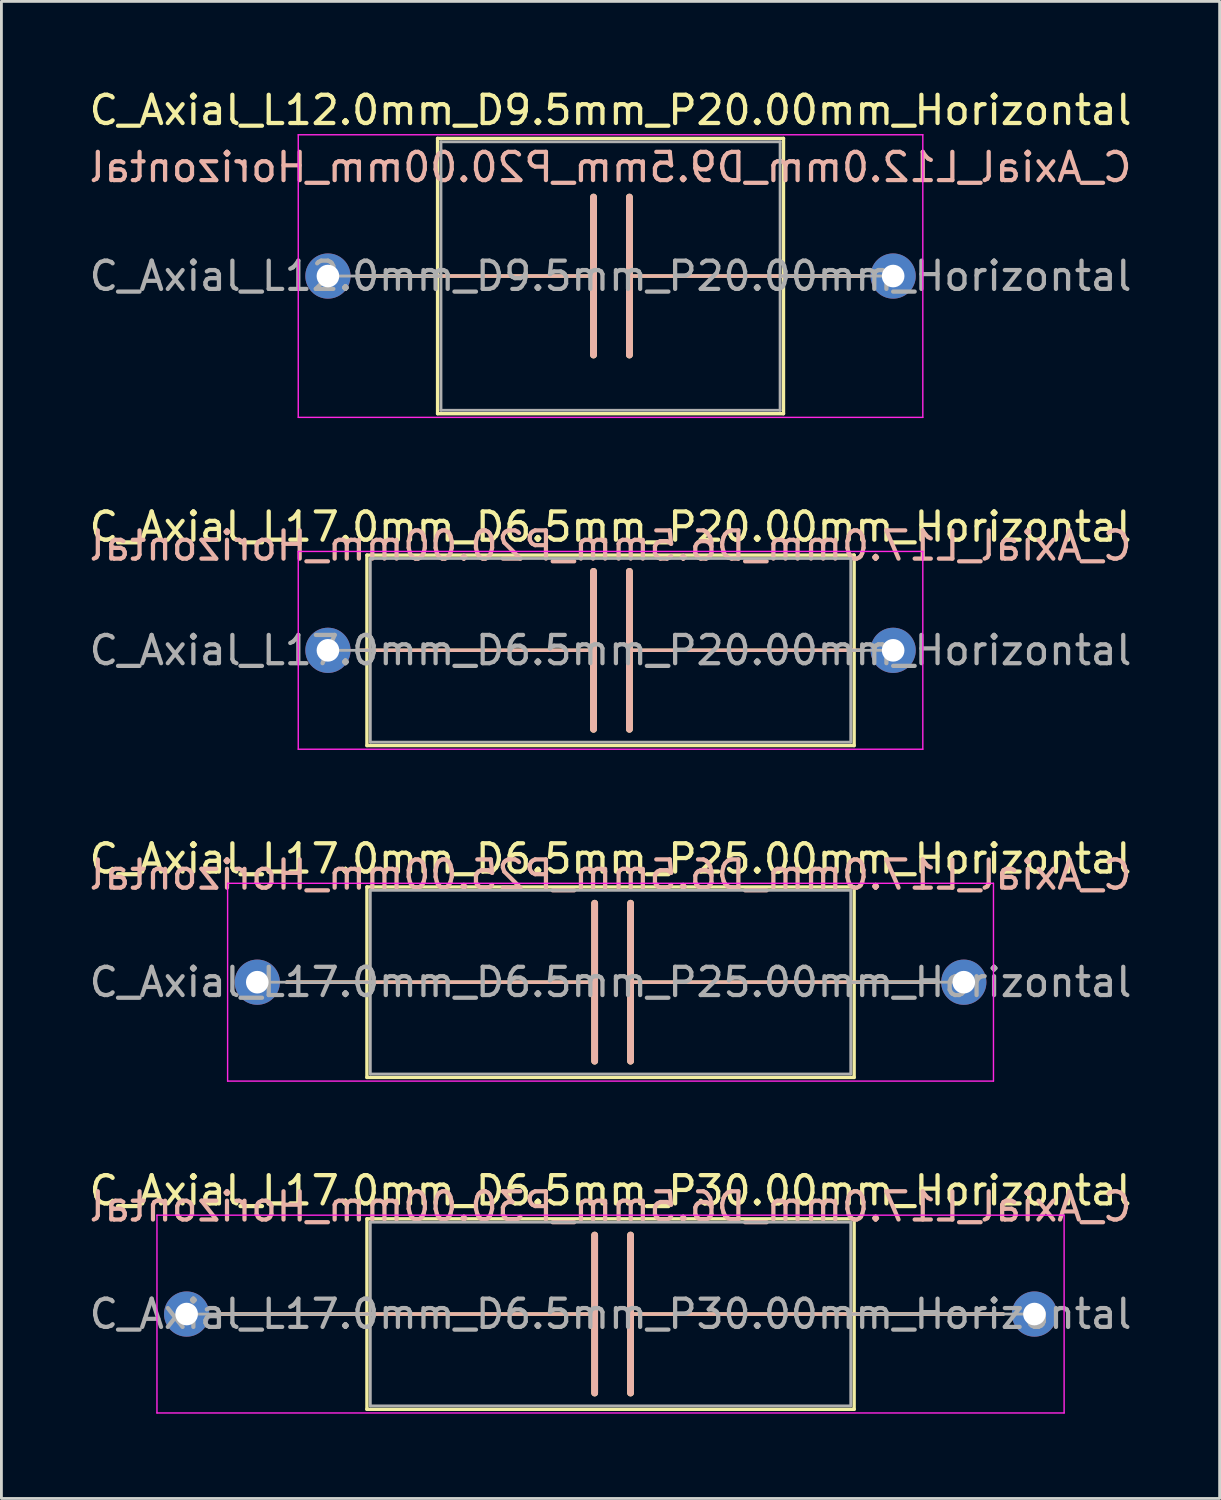
<source format=kicad_pcb>
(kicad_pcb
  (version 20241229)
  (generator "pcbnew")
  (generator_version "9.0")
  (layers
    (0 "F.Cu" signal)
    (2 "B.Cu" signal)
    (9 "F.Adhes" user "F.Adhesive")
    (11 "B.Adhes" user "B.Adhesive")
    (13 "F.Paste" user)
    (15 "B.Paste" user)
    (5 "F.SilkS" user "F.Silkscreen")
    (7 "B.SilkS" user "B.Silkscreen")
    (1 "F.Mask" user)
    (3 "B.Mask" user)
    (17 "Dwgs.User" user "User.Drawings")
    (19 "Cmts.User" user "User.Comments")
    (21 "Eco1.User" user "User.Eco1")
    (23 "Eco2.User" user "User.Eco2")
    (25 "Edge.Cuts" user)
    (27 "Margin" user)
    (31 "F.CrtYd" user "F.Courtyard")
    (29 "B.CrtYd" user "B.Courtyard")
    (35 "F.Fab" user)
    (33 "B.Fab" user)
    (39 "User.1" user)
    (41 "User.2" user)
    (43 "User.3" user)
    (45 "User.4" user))
  (footprint "C_Axial_L17.0mm_D6.5mm_P25.00mm_Horizontal"
    (layer "F.Cu")
    (at 6.054 31.705)
    (property "Reference" "C_Axial_L17.0mm_D6.5mm_P25.00mm_Horizontal" (at 12.5 -4.37 0) (layer "F.SilkS") (effects (font (size 1 1) (thickness 0.15))))
    (fp_line (start 1.04 0) (end 3.88 0) (stroke (width 0.12) (type solid)) (layer "F.SilkS"))
    (fp_line (start 3.88 -3.37) (end 3.88 3.37) (stroke (width 0.12) (type solid)) (layer "F.SilkS"))
    (fp_line (start 3.88 0) (end 11.938 0) (stroke (width 0.12) (type solid)) (layer "F.SilkS"))
    (fp_line (start 3.88 3.37) (end 21.12 3.37) (stroke (width 0.12) (type solid)) (layer "F.SilkS"))
    (fp_line (start 11.938 -2.794) (end 11.938 2.794) (stroke (width 0.24) (type solid)) (layer "F.SilkS"))
    (fp_line (start 13.208 2.794) (end 13.208 -2.794) (stroke (width 0.24) (type solid)) (layer "F.SilkS"))
    (fp_line (start 21.12 -3.37) (end 3.88 -3.37) (stroke (width 0.12) (type solid)) (layer "F.SilkS"))
    (fp_line (start 21.12 0) (end 13.208 0) (stroke (width 0.12) (type solid)) (layer "F.SilkS"))
    (fp_line (start 21.12 3.37) (end 21.12 -3.37) (stroke (width 0.12) (type solid)) (layer "F.SilkS"))
    (fp_line (start 23.96 0) (end 21.12 0) (stroke (width 0.12) (type solid)) (layer "F.SilkS"))
    (fp_line (start 1.04 0) (end 3.88 0) (stroke (width 0.12) (type solid)) (layer "B.SilkS"))
    (fp_line (start 3.88 0) (end 11.938 0) (stroke (width 0.12) (type solid)) (layer "B.SilkS"))
    (fp_line (start 11.938 2.794) (end 11.938 -2.794) (stroke (width 0.24) (type solid)) (layer "B.SilkS"))
    (fp_line (start 13.208 -2.794) (end 13.208 2.794) (stroke (width 0.24) (type solid)) (layer "B.SilkS"))
    (fp_line (start 21.12 0) (end 13.208 0) (stroke (width 0.12) (type solid)) (layer "B.SilkS"))
    (fp_line (start 23.96 0) (end 21.12 0) (stroke (width 0.12) (type solid)) (layer "B.SilkS"))
    (fp_line (start -1.05 -3.5) (end -1.05 3.5) (stroke (width 0.05) (type solid)) (layer "F.CrtYd"))
    (fp_line (start -1.05 3.5) (end 26.05 3.5) (stroke (width 0.05) (type solid)) (layer "F.CrtYd"))
    (fp_line (start 26.05 -3.5) (end -1.05 -3.5) (stroke (width 0.05) (type solid)) (layer "F.CrtYd"))
    (fp_line (start 26.05 3.5) (end 26.05 -3.5) (stroke (width 0.05) (type solid)) (layer "F.CrtYd"))
    (fp_line (start 0 0) (end 4 0) (stroke (width 0.1) (type solid)) (layer "F.Fab"))
    (fp_line (start 4 -3.25) (end 4 3.25) (stroke (width 0.1) (type solid)) (layer "F.Fab"))
    (fp_line (start 4 3.25) (end 21 3.25) (stroke (width 0.1) (type solid)) (layer "F.Fab"))
    (fp_line (start 21 -3.25) (end 4 -3.25) (stroke (width 0.1) (type solid)) (layer "F.Fab"))
    (fp_line (start 21 3.25) (end 21 -3.25) (stroke (width 0.1) (type solid)) (layer "F.Fab"))
    (fp_line (start 25 0) (end 21 0) (stroke (width 0.1) (type solid)) (layer "F.Fab"))
    (fp_text user "${REFERENCE}" (at 12.5 -3.8 0) (layer "B.SilkS") (effects (font (size 1 1) (thickness 0.15)) (justify mirror)))
    (fp_text user "${REFERENCE}" (at 12.5 0 0) (layer "F.Fab") (effects (font (size 1 1) (thickness 0.15))))
    (pad "1" thru_hole circle (at 0 0) (size 1.6 1.6) (drill 0.8) (layers "*.Cu" "*.Mask"))
    (pad "2" thru_hole oval (at 25 0) (size 1.6 1.6) (drill 0.8) (layers "*.Cu" "*.Mask")))
  (footprint "C_Axial_L17.0mm_D6.5mm_P30.00mm_Horizontal"
    (layer "F.Cu")
    (at 3.554 43.448)
    (property "Reference" "C_Axial_L17.0mm_D6.5mm_P30.00mm_Horizontal" (at 15 -4.37 0) (layer "F.SilkS") (effects (font (size 1 1) (thickness 0.15))))
    (fp_line (start 1.1 0) (end 6.38 0) (stroke (width 0.12) (type solid)) (layer "F.SilkS"))
    (fp_line (start 6.38 -3.37) (end 6.38 3.37) (stroke (width 0.12) (type solid)) (layer "F.SilkS"))
    (fp_line (start 6.38 0) (end 14.438 0) (stroke (width 0.12) (type solid)) (layer "F.SilkS"))
    (fp_line (start 6.38 3.37) (end 23.62 3.37) (stroke (width 0.12) (type solid)) (layer "F.SilkS"))
    (fp_line (start 14.438 -2.794) (end 14.438 2.794) (stroke (width 0.24) (type solid)) (layer "F.SilkS"))
    (fp_line (start 15.708 2.794) (end 15.708 -2.794) (stroke (width 0.24) (type solid)) (layer "F.SilkS"))
    (fp_line (start 23.62 -3.37) (end 6.38 -3.37) (stroke (width 0.12) (type solid)) (layer "F.SilkS"))
    (fp_line (start 23.62 3.37) (end 23.62 -3.37) (stroke (width 0.12) (type solid)) (layer "F.SilkS"))
    (fp_line (start 23.622 0) (end 15.708 0) (stroke (width 0.12) (type solid)) (layer "F.SilkS"))
    (fp_line (start 28.9 0) (end 23.62 0) (stroke (width 0.12) (type solid)) (layer "F.SilkS"))
    (fp_line (start 1.1 0) (end 6.38 0) (stroke (width 0.12) (type solid)) (layer "B.SilkS"))
    (fp_line (start 6.38 0) (end 14.438 0) (stroke (width 0.12) (type solid)) (layer "B.SilkS"))
    (fp_line (start 14.438 2.794) (end 14.438 -2.794) (stroke (width 0.24) (type solid)) (layer "B.SilkS"))
    (fp_line (start 15.708 -2.794) (end 15.708 2.794) (stroke (width 0.24) (type solid)) (layer "B.SilkS"))
    (fp_line (start 23.622 0) (end 15.708 0) (stroke (width 0.12) (type solid)) (layer "B.SilkS"))
    (fp_line (start 28.9 0) (end 23.62 0) (stroke (width 0.12) (type solid)) (layer "B.SilkS"))
    (fp_line (start -1.05 -3.5) (end -1.05 3.5) (stroke (width 0.05) (type solid)) (layer "F.CrtYd"))
    (fp_line (start -1.05 3.5) (end 31.05 3.5) (stroke (width 0.05) (type solid)) (layer "F.CrtYd"))
    (fp_line (start 31.05 -3.5) (end -1.05 -3.5) (stroke (width 0.05) (type solid)) (layer "F.CrtYd"))
    (fp_line (start 31.05 3.5) (end 31.05 -3.5) (stroke (width 0.05) (type solid)) (layer "F.CrtYd"))
    (fp_line (start 0 0) (end 6.5 0) (stroke (width 0.1) (type solid)) (layer "F.Fab"))
    (fp_line (start 6.5 -3.25) (end 6.5 3.25) (stroke (width 0.1) (type solid)) (layer "F.Fab"))
    (fp_line (start 6.5 3.25) (end 23.5 3.25) (stroke (width 0.1) (type solid)) (layer "F.Fab"))
    (fp_line (start 23.5 -3.25) (end 6.5 -3.25) (stroke (width 0.1) (type solid)) (layer "F.Fab"))
    (fp_line (start 23.5 3.25) (end 23.5 -3.25) (stroke (width 0.1) (type solid)) (layer "F.Fab"))
    (fp_line (start 30 0) (end 23.5 0) (stroke (width 0.1) (type solid)) (layer "F.Fab"))
    (fp_text user "${REFERENCE}" (at 15 -3.8 0) (layer "B.SilkS") (effects (font (size 1 1) (thickness 0.15)) (justify mirror)))
    (fp_text user "${REFERENCE}" (at 15 0 0) (layer "F.Fab") (effects (font (size 1 1) (thickness 0.15))))
    (pad "1" thru_hole circle (at 0 0) (size 1.6 1.6) (drill 0.8) (layers "*.Cu" "*.Mask"))
    (pad "2" thru_hole oval (at 30 0) (size 1.6 1.6) (drill 0.8) (layers "*.Cu" "*.Mask")))
  (footprint "C_Axial_L12.0mm_D9.5mm_P20.00mm_Horizontal"
    (layer "F.Cu")
    (at 8.554 6.718)
    (property "Reference" "C_Axial_L12.0mm_D9.5mm_P20.00mm_Horizontal" (at 10 -5.87 0) (layer "F.SilkS") (effects (font (size 1 1) (thickness 0.15))))
    (fp_line (start 1.04 0) (end 3.88 0) (stroke (width 0.12) (type solid)) (layer "F.SilkS"))
    (fp_line (start 3.88 -4.87) (end 3.88 4.87) (stroke (width 0.12) (type solid)) (layer "F.SilkS"))
    (fp_line (start 3.88 0) (end 9.398 0) (stroke (width 0.12) (type solid)) (layer "F.SilkS"))
    (fp_line (start 3.88 4.87) (end 16.12 4.87) (stroke (width 0.12) (type solid)) (layer "F.SilkS"))
    (fp_line (start 9.398 -2.794) (end 9.398 2.794) (stroke (width 0.24) (type solid)) (layer "F.SilkS"))
    (fp_line (start 10.668 2.794) (end 10.668 -2.794) (stroke (width 0.24) (type solid)) (layer "F.SilkS"))
    (fp_line (start 16.12 -4.87) (end 3.88 -4.87) (stroke (width 0.12) (type solid)) (layer "F.SilkS"))
    (fp_line (start 16.12 4.87) (end 16.12 -4.87) (stroke (width 0.12) (type solid)) (layer "F.SilkS"))
    (fp_line (start 16.129 0) (end 10.668 0) (stroke (width 0.12) (type solid)) (layer "F.SilkS"))
    (fp_line (start 18.96 0) (end 16.12 0) (stroke (width 0.12) (type solid)) (layer "F.SilkS"))
    (fp_line (start 1.04 0) (end 3.88 0) (stroke (width 0.12) (type solid)) (layer "B.SilkS"))
    (fp_line (start 3.88 0) (end 9.398 0) (stroke (width 0.12) (type solid)) (layer "B.SilkS"))
    (fp_line (start 9.398 2.794) (end 9.398 -2.794) (stroke (width 0.24) (type solid)) (layer "B.SilkS"))
    (fp_line (start 10.668 -2.794) (end 10.668 2.794) (stroke (width 0.24) (type solid)) (layer "B.SilkS"))
    (fp_line (start 16.129 0) (end 10.668 0) (stroke (width 0.12) (type solid)) (layer "B.SilkS"))
    (fp_line (start 18.96 0) (end 16.12 0) (stroke (width 0.12) (type solid)) (layer "B.SilkS"))
    (fp_line (start -1.05 -5) (end -1.05 5) (stroke (width 0.05) (type solid)) (layer "F.CrtYd"))
    (fp_line (start -1.05 5) (end 21.05 5) (stroke (width 0.05) (type solid)) (layer "F.CrtYd"))
    (fp_line (start 21.05 -5) (end -1.05 -5) (stroke (width 0.05) (type solid)) (layer "F.CrtYd"))
    (fp_line (start 21.05 5) (end 21.05 -5) (stroke (width 0.05) (type solid)) (layer "F.CrtYd"))
    (fp_line (start 0 0) (end 4 0) (stroke (width 0.1) (type solid)) (layer "F.Fab"))
    (fp_line (start 4 -4.75) (end 4 4.75) (stroke (width 0.1) (type solid)) (layer "F.Fab"))
    (fp_line (start 4 4.75) (end 16 4.75) (stroke (width 0.1) (type solid)) (layer "F.Fab"))
    (fp_line (start 16 -4.75) (end 4 -4.75) (stroke (width 0.1) (type solid)) (layer "F.Fab"))
    (fp_line (start 16 4.75) (end 16 -4.75) (stroke (width 0.1) (type solid)) (layer "F.Fab"))
    (fp_line (start 20 0) (end 16 0) (stroke (width 0.1) (type solid)) (layer "F.Fab"))
    (fp_text user "${REFERENCE}" (at 10 -3.85 0) (layer "B.SilkS") (effects (font (size 1 1) (thickness 0.15)) (justify mirror)))
    (fp_text user "${REFERENCE}" (at 10 0 0) (layer "F.Fab") (effects (font (size 1 1) (thickness 0.15))))
    (pad "1" thru_hole circle (at 0 0) (size 1.6 1.6) (drill 0.8) (layers "*.Cu" "*.Mask"))
    (pad "2" thru_hole oval (at 20 0) (size 1.6 1.6) (drill 0.8) (layers "*.Cu" "*.Mask")))
  (footprint "C_Axial_L17.0mm_D6.5mm_P20.00mm_Horizontal"
    (layer "F.Cu")
    (at 8.554 19.962)
    (property "Reference" "C_Axial_L17.0mm_D6.5mm_P20.00mm_Horizontal" (at 10 -4.37 0) (layer "F.SilkS") (effects (font (size 1 1) (thickness 0.15))))
    (fp_line (start 1.04 0) (end 1.38 0) (stroke (width 0.12) (type solid)) (layer "F.SilkS"))
    (fp_line (start 1.38 -3.37) (end 1.38 3.37) (stroke (width 0.12) (type solid)) (layer "F.SilkS"))
    (fp_line (start 1.38 0) (end 9.398 0) (stroke (width 0.12) (type solid)) (layer "F.SilkS"))
    (fp_line (start 1.38 3.37) (end 18.62 3.37) (stroke (width 0.12) (type solid)) (layer "F.SilkS"))
    (fp_line (start 9.398 -2.794) (end 9.398 2.794) (stroke (width 0.24) (type solid)) (layer "F.SilkS"))
    (fp_line (start 10.668 2.794) (end 10.668 -2.794) (stroke (width 0.24) (type solid)) (layer "F.SilkS"))
    (fp_line (start 18.62 -3.37) (end 1.38 -3.37) (stroke (width 0.12) (type solid)) (layer "F.SilkS"))
    (fp_line (start 18.62 0) (end 10.668 0) (stroke (width 0.12) (type solid)) (layer "F.SilkS"))
    (fp_line (start 18.62 3.37) (end 18.62 -3.37) (stroke (width 0.12) (type solid)) (layer "F.SilkS"))
    (fp_line (start 18.96 0) (end 18.62 0) (stroke (width 0.12) (type solid)) (layer "F.SilkS"))
    (fp_line (start 1.04 0) (end 1.38 0) (stroke (width 0.12) (type solid)) (layer "B.SilkS"))
    (fp_line (start 1.38 0) (end 9.398 0) (stroke (width 0.12) (type solid)) (layer "B.SilkS"))
    (fp_line (start 9.398 2.794) (end 9.398 -2.794) (stroke (width 0.24) (type solid)) (layer "B.SilkS"))
    (fp_line (start 10.668 -2.794) (end 10.668 2.794) (stroke (width 0.24) (type solid)) (layer "B.SilkS"))
    (fp_line (start 18.62 0) (end 10.668 0) (stroke (width 0.12) (type solid)) (layer "B.SilkS"))
    (fp_line (start 18.96 0) (end 18.62 0) (stroke (width 0.12) (type solid)) (layer "B.SilkS"))
    (fp_line (start -1.05 -3.5) (end -1.05 3.5) (stroke (width 0.05) (type solid)) (layer "F.CrtYd"))
    (fp_line (start -1.05 3.5) (end 21.05 3.5) (stroke (width 0.05) (type solid)) (layer "F.CrtYd"))
    (fp_line (start 21.05 -3.5) (end -1.05 -3.5) (stroke (width 0.05) (type solid)) (layer "F.CrtYd"))
    (fp_line (start 21.05 3.5) (end 21.05 -3.5) (stroke (width 0.05) (type solid)) (layer "F.CrtYd"))
    (fp_line (start 0 0) (end 1.5 0) (stroke (width 0.1) (type solid)) (layer "F.Fab"))
    (fp_line (start 1.5 -3.25) (end 1.5 3.25) (stroke (width 0.1) (type solid)) (layer "F.Fab"))
    (fp_line (start 1.5 3.25) (end 18.5 3.25) (stroke (width 0.1) (type solid)) (layer "F.Fab"))
    (fp_line (start 18.5 -3.25) (end 1.5 -3.25) (stroke (width 0.1) (type solid)) (layer "F.Fab"))
    (fp_line (start 18.5 3.25) (end 18.5 -3.25) (stroke (width 0.1) (type solid)) (layer "F.Fab"))
    (fp_line (start 20 0) (end 18.5 0) (stroke (width 0.1) (type solid)) (layer "F.Fab"))
    (fp_text user "${REFERENCE}" (at 10 -3.7 0) (layer "B.SilkS") (effects (font (size 1 1) (thickness 0.15)) (justify mirror)))
    (fp_text user "${REFERENCE}" (at 10 0 0) (layer "F.Fab") (effects (font (size 1 1) (thickness 0.15))))
    (pad "1" thru_hole circle (at 0 0) (size 1.6 1.6) (drill 0.8) (layers "*.Cu" "*.Mask"))
    (pad "2" thru_hole oval (at 20 0) (size 1.6 1.6) (drill 0.8) (layers "*.Cu" "*.Mask")))
  (gr_rect
    (start -3 -3)
    (end 40.107 49.973)
    (stroke (width 0.1) (type default))
    (fill no)
    (layer "Edge.Cuts")))
</source>
